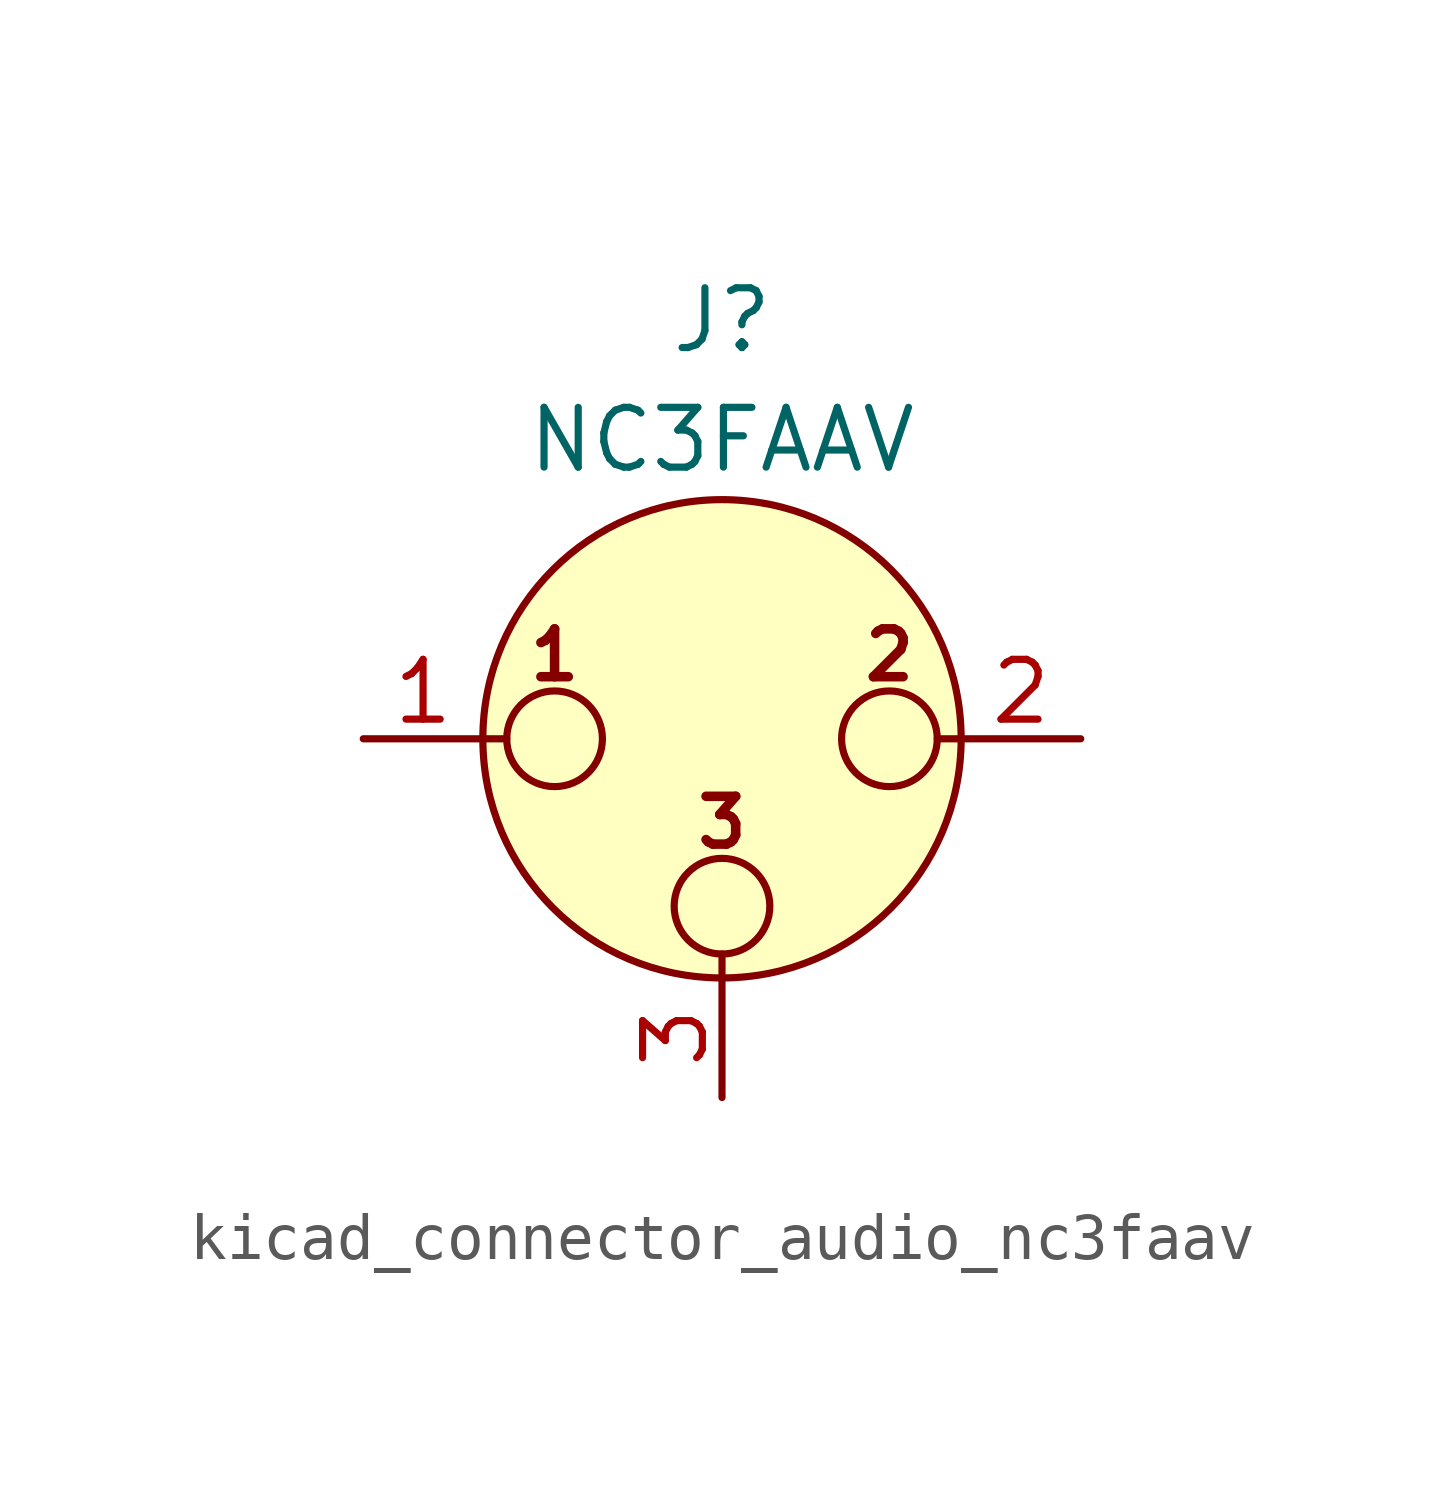
<source format=kicad_sym>
(kicad_symbol_lib
  (version 20220914)
  (generator kicad_symbol_editor)
  (symbol "kicad_connector_audio_nc3faav"
    (pin_names hide)
    (property "Reference" "J"
      (at 0 8.89 0)
      (effects (font (size 1.27 1.27))))
    (property "Value" "NC3FAAV"
      (at 0 6.35 0)
      (effects (font (size 1.27 1.27))))
    (symbol "kicad_connector_audio_nc3faav_0_1"
      (circle (center -3.556 0) (radius 1.016) (stroke (width 0) (type default)) (fill (type none)))
      (circle (center 0 -3.556) (radius 1.016) (stroke (width 0) (type default)) (fill (type none)))
      (polyline (pts (xy -5.08 0) (xy -4.572 0)) (stroke (width 0) (type default)) (fill (type none)))
      (polyline (pts (xy 0 -5.08) (xy 0 -4.572)) (stroke (width 0) (type default)) (fill (type none)))
      (polyline (pts (xy 5.08 0) (xy 4.572 0)) (stroke (width 0) (type default)) (fill (type none)))
      (circle (center 0 0) (radius 5.08) (stroke (width 0) (type default)) (fill (type background)))
      (circle (center 3.556 0) (radius 1.016) (stroke (width 0) (type default)) (fill (type none)))
      (text "1" (at -3.556 1.778 0) (effects (font (size 1.016 1.016) bold)))
      (text "2" (at 3.556 1.778 0) (effects (font (size 1.016 1.016) bold)))
      (text "3" (at 0 -1.778 0) (effects (font (size 1.016 1.016) bold)))
      (pin passive line (at -7.62 0 0) (length 2.54) (name "~" (effects (font (size 1.27 1.27)))) (number "1" (effects (font (size 1.27 1.27)))))
      (pin passive line (at 7.62 0 180) (length 2.54) (name "~" (effects (font (size 1.27 1.27)))) (number "2" (effects (font (size 1.27 1.27)))))
      (pin passive line (at 0 -7.62 90) (length 2.54) (name "~" (effects (font (size 1.27 1.27)))) (number "3" (effects (font (size 1.27 1.27))))))))
</source>
